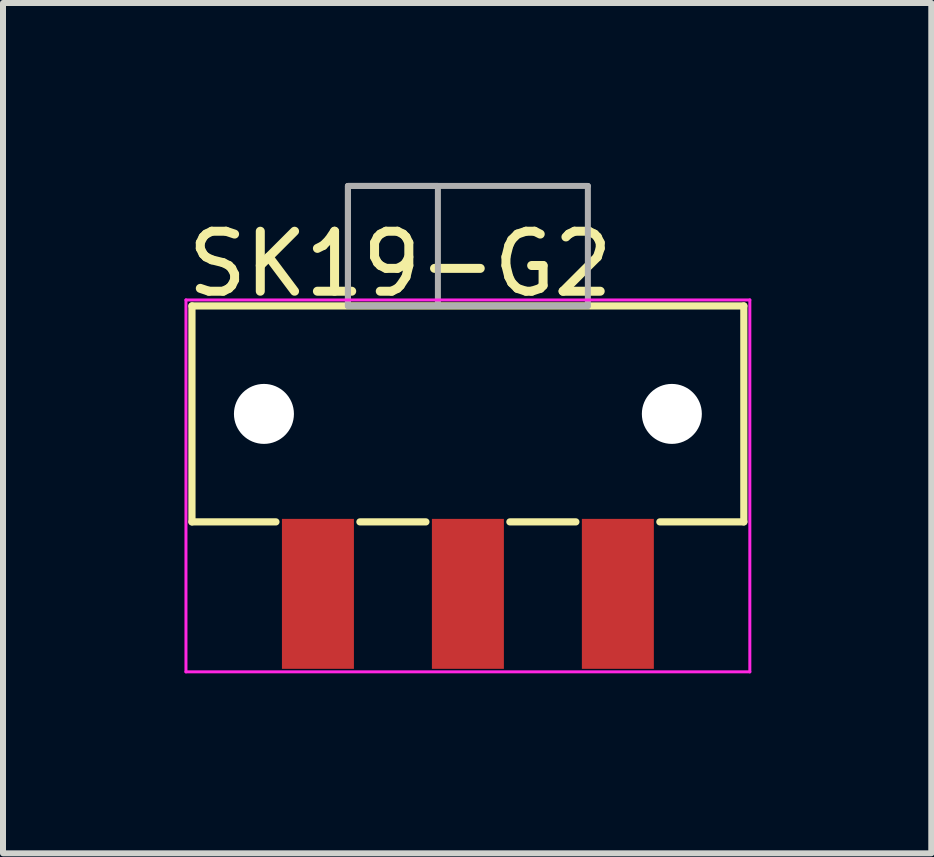
<source format=kicad_pcb>
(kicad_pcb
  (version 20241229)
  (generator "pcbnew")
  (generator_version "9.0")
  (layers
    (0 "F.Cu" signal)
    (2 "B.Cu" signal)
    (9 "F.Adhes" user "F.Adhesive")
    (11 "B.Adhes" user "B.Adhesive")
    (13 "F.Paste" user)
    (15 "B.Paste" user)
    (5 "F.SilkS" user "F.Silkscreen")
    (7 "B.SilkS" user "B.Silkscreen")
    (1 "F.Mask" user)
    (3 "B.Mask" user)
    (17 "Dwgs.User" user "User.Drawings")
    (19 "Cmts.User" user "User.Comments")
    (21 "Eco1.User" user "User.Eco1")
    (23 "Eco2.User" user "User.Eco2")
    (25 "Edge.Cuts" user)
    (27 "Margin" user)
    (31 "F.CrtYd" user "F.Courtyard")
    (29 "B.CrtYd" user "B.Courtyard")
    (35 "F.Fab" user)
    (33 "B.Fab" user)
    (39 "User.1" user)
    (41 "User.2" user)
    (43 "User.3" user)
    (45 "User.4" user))
  (footprint "SK19-G2"
    (layer "F.Cu")
    (at 4.75 3.85)
    (property "Reference" "SK19-G2" (at -4.75 -2.5 0) (layer "F.SilkS") (effects (font (size 1 1) (thickness 0.15)) (justify left)))
    (attr smd)
    (fp_line (start -4.6 -1.8) (end -4.6 1.8) (stroke (width 0.12) (type solid)) (layer "F.SilkS"))
    (fp_line (start -4.6 -1.8) (end 4.6 -1.8) (stroke (width 0.12) (type solid)) (layer "F.SilkS"))
    (fp_line (start -4.6 1.8) (end -3.2 1.8) (stroke (width 0.12) (type default)) (layer "F.SilkS"))
    (fp_line (start -1.8 1.8) (end -0.7 1.8) (stroke (width 0.12) (type default)) (layer "F.SilkS"))
    (fp_line (start 0.7 1.8) (end 1.8 1.8) (stroke (width 0.12) (type default)) (layer "F.SilkS"))
    (fp_line (start 3.2 1.8) (end 4.6 1.8) (stroke (width 0.12) (type default)) (layer "F.SilkS"))
    (fp_line (start 4.6 -1.8) (end 4.6 1.8) (stroke (width 0.12) (type solid)) (layer "F.SilkS"))
    (fp_line (start -4.7 -1.9) (end -4.7 4.3) (stroke (width 0.05) (type default)) (layer "F.CrtYd"))
    (fp_line (start -4.7 4.3) (end 4.7 4.3) (stroke (width 0.05) (type default)) (layer "F.CrtYd"))
    (fp_line (start 4.7 -1.9) (end -4.7 -1.9) (stroke (width 0.05) (type default)) (layer "F.CrtYd"))
    (fp_line (start 4.7 4.3) (end 4.7 -1.9) (stroke (width 0.05) (type default)) (layer "F.CrtYd"))
    (fp_line (start -2 -3.8) (end -2 -1.8) (stroke (width 0.1) (type default)) (layer "F.Fab"))
    (fp_line (start -2 -3.8) (end 2 -3.8) (stroke (width 0.1) (type default)) (layer "F.Fab"))
    (fp_line (start -2 -1.8) (end 2 -1.8) (stroke (width 0.1) (type default)) (layer "F.Fab"))
    (fp_line (start 2 -1.8) (end 2 -3.8) (stroke (width 0.1) (type default)) (layer "F.Fab"))
    (fp_rect (start -2 -3.8) (end -0.5 -1.8) (stroke (width 0.1) (type solid)) (fill no) (layer "F.Fab"))
    (pad "" np_thru_hole circle (at -3.4 0) (size 1 1) (drill 1) (layers "*.Cu" "*.Mask"))
    (pad "" np_thru_hole circle (at 3.4 0) (size 1 1) (drill 1) (layers "*.Cu" "*.Mask"))
    (pad "1" smd rect (at -2.5 3) (size 1.2 2.5) (layers "F.Cu" "F.Mask" "F.Paste"))
    (pad "2" smd rect (at 0 3) (size 1.2 2.5) (layers "F.Cu" "F.Mask" "F.Paste"))
    (pad "3" smd rect (at 2.5 3) (size 1.2 2.5) (layers "F.Cu" "F.Mask" "F.Paste")))
  (gr_rect
    (start -3 -3)
    (end 12.475 11.175)
    (stroke (width 0.1) (type default))
    (fill no)
    (layer "Edge.Cuts")))
</source>
